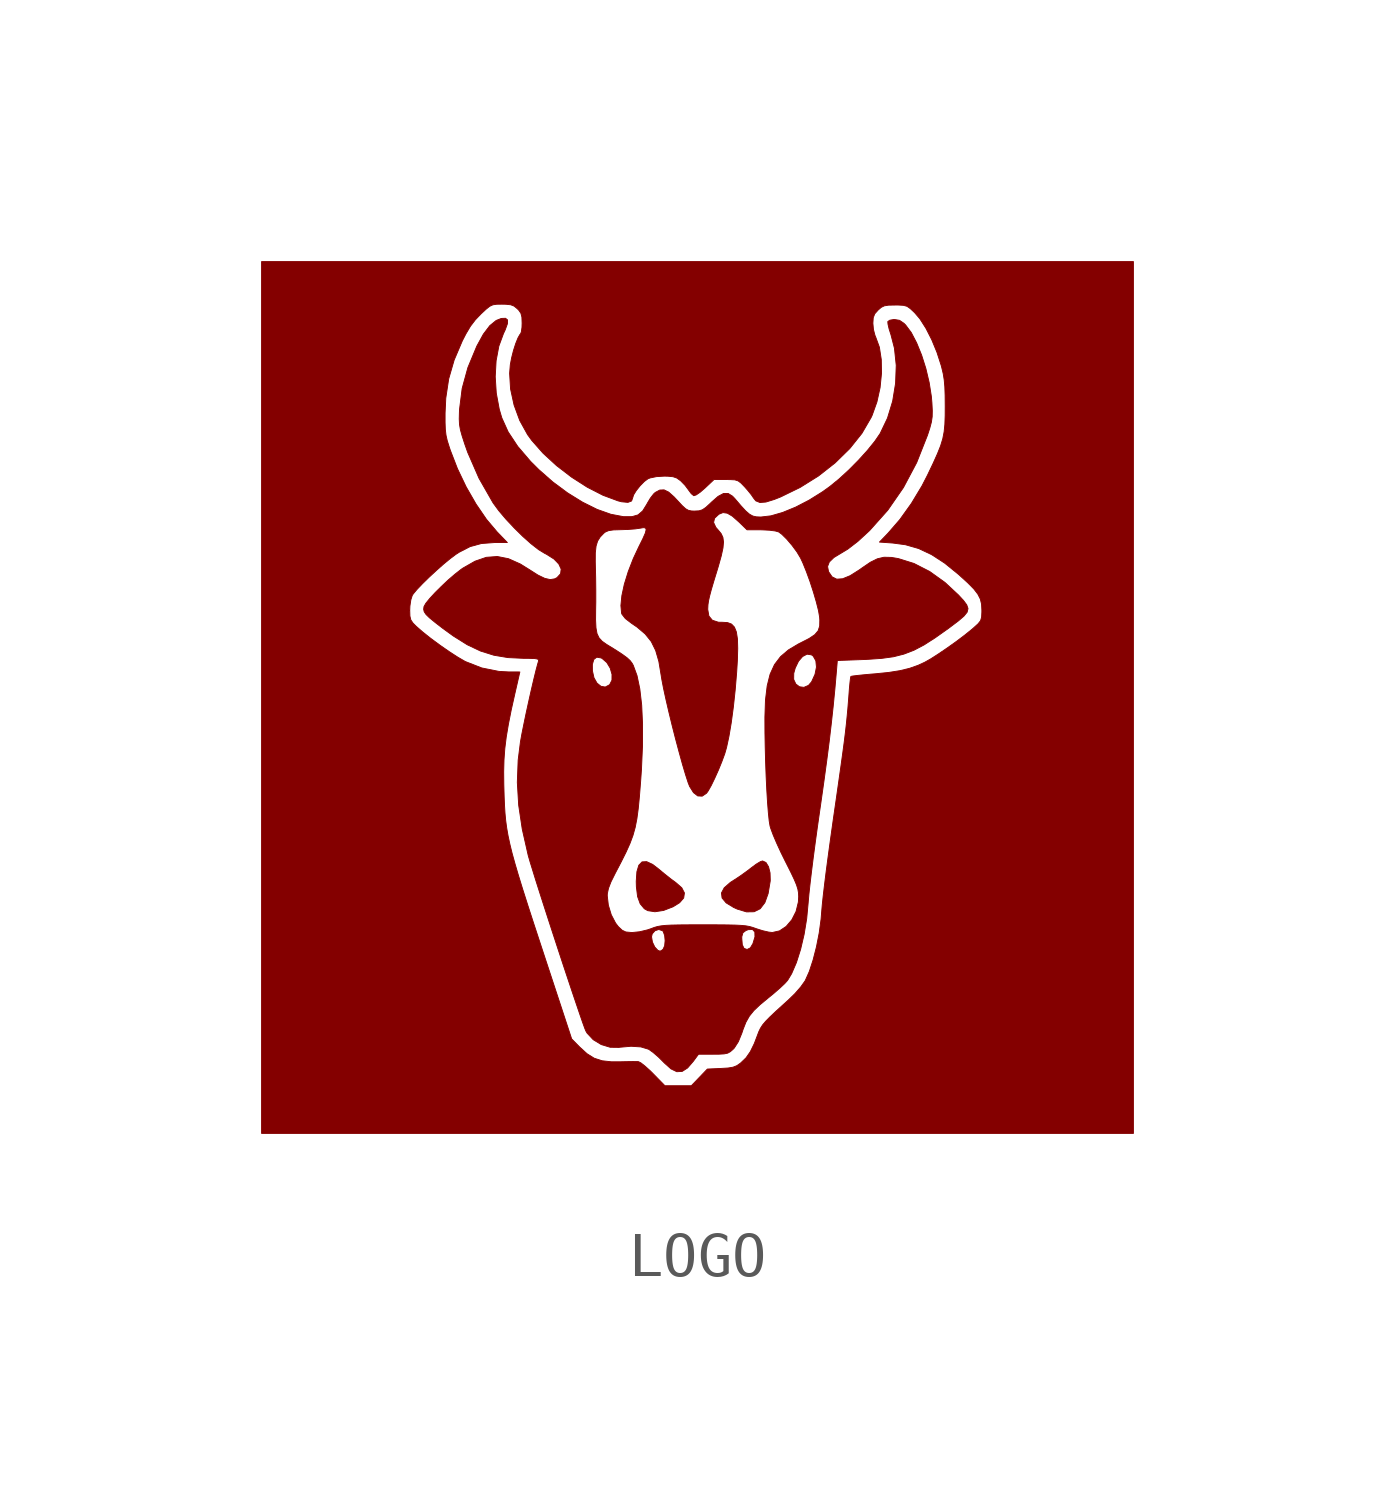
<source format=kicad_sym>
(kicad_symbol_lib
  (version 20210619)
  (generator bitmap2component)
  (symbol "LOGO"
    (pin_names
      (offset 1.016))
    (property "Reference" "#G"
      (at 0 9.369 0)
      (effects (font (size 1.27 1.27)) hide))
    (symbol "LOGO_0_0"
      (polyline (pts (xy 10.004 10.004) (xy -10.004 10.004) (xy -10.004 2.003) (xy -6.604 2.003) (xy -6.6 2.099) (xy -6.579 2.24) (xy -6.547 2.341) (xy -6.523 2.378) (xy -6.439 2.479) (xy -6.314 2.61) (xy -6.162 2.759) (xy -5.996 2.913) (xy -5.83 3.06) (xy -5.676 3.187) (xy -5.548 3.283) (xy -5.471 3.333) (xy -5.218 3.463) (xy -4.958 3.534) (xy -4.662 3.556) (xy -4.364 3.556) (xy -4.601 3.802) (xy -4.844 4.09) (xy -5.083 4.44) (xy -5.309 4.833) (xy -5.509 5.251) (xy -5.674 5.678) (xy -5.699 5.753) (xy -5.744 5.897) (xy -5.772 6.022) (xy -5.787 6.152) (xy -5.793 6.312) (xy -5.793 6.526) (xy -5.777 6.869) (xy -5.71 7.313) (xy -5.585 7.744) (xy -5.397 8.186) (xy -5.314 8.347) (xy -5.21 8.522) (xy -5.101 8.665) (xy -4.97 8.802) (xy -4.853 8.911) (xy -4.769 8.978) (xy -4.696 9.012) (xy -4.611 9.025) (xy -4.489 9.027) (xy -4.399 9.025) (xy -4.286 9.013) (xy -4.208 8.982) (xy -4.135 8.922) (xy -4.103 8.89) (xy -4.053 8.818) (xy -4.03 8.729) (xy -4.025 8.592) (xy -4.028 8.495) (xy -4.042 8.393) (xy -4.061 8.344) (xy -4.075 8.332) (xy -4.12 8.252) (xy -4.172 8.123) (xy -4.223 7.964) (xy -4.266 7.795) (xy -4.296 7.636) (xy -4.312 7.439) (xy -4.29 7.08) (xy -4.21 6.713) (xy -4.079 6.356) (xy -3.9 6.033) (xy -3.801 5.897) (xy -3.543 5.605) (xy -3.234 5.321) (xy -2.89 5.057) (xy -2.53 4.826) (xy -2.169 4.641) (xy -1.825 4.513) (xy -1.742 4.492) (xy -1.597 4.478) (xy -1.513 4.51) (xy -1.485 4.59) (xy -1.467 4.649) (xy -1.405 4.749) (xy -1.317 4.859) (xy -1.221 4.957) (xy -1.136 5.02) (xy -1.087 5.039) (xy -0.943 5.069) (xy -0.767 5.08) (xy -0.684 5.079) (xy -0.562 5.067) (xy -0.475 5.037) (xy -0.394 4.979) (xy -0.383 4.97) (xy -0.284 4.868) (xy -0.207 4.765) (xy -0.205 4.761) (xy -0.143 4.678) (xy -0.087 4.632) (xy -0.086 4.631) (xy -0.03 4.649) (xy 0.062 4.712) (xy 0.172 4.807) (xy 0.379 5.002) (xy 0.653 5.002) (xy 0.745 5.001) (xy 0.857 4.995) (xy 0.933 4.971) (xy 1 4.92) (xy 1.085 4.832) (xy 1.152 4.756) (xy 1.236 4.652) (xy 1.286 4.578) (xy 1.338 4.513) (xy 1.433 4.475) (xy 1.571 4.486) (xy 1.762 4.545) (xy 1.906 4.602) (xy 2.354 4.82) (xy 2.775 5.083) (xy 3.158 5.384) (xy 3.494 5.713) (xy 3.773 6.062) (xy 3.983 6.423) (xy 4.009 6.479) (xy 4.118 6.784) (xy 4.19 7.11) (xy 4.223 7.44) (xy 4.218 7.755) (xy 4.174 8.04) (xy 4.088 8.276) (xy 4.072 8.313) (xy 4.038 8.445) (xy 4.025 8.588) (xy 4.033 8.716) (xy 4.068 8.806) (xy 4.145 8.892) (xy 4.146 8.893) (xy 4.218 8.955) (xy 4.289 8.989) (xy 4.385 9.004) (xy 4.534 9.007) (xy 4.611 9.007) (xy 4.728 9) (xy 4.81 8.977) (xy 4.885 8.924) (xy 4.984 8.831) (xy 5.102 8.693) (xy 5.242 8.474) (xy 5.376 8.211) (xy 5.496 7.92) (xy 5.593 7.62) (xy 5.606 7.57) (xy 5.64 7.428) (xy 5.662 7.288) (xy 5.676 7.131) (xy 5.683 6.935) (xy 5.685 6.682) (xy 5.684 6.468) (xy 5.677 6.268) (xy 5.66 6.097) (xy 5.629 5.938) (xy 5.579 5.775) (xy 5.506 5.592) (xy 5.407 5.372) (xy 5.276 5.098) (xy 5.152 4.857) (xy 4.909 4.454) (xy 4.643 4.083) (xy 4.369 3.767) (xy 4.176 3.567) (xy 4.481 3.545) (xy 4.772 3.506) (xy 5.075 3.419) (xy 5.372 3.279) (xy 5.675 3.082) (xy 5.997 2.82) (xy 6.014 2.804) (xy 6.205 2.63) (xy 6.343 2.49) (xy 6.435 2.37) (xy 6.491 2.259) (xy 6.519 2.143) (xy 6.526 2.009) (xy 6.526 1.96) (xy 6.52 1.843) (xy 6.497 1.764) (xy 6.441 1.693) (xy 6.34 1.601) (xy 6.302 1.568) (xy 6.14 1.437) (xy 5.946 1.29) (xy 5.737 1.141) (xy 5.534 1.003) (xy 5.355 0.888) (xy 5.217 0.81) (xy 5.063 0.739) (xy 4.865 0.669) (xy 4.646 0.616) (xy 4.387 0.575) (xy 4.069 0.543) (xy 4.012 0.539) (xy 3.824 0.522) (xy 3.669 0.506) (xy 3.563 0.493) (xy 3.52 0.484) (xy 3.512 0.45) (xy 3.5 0.351) (xy 3.486 0.206) (xy 3.473 0.029) (xy 3.465 -0.075) (xy 3.451 -0.248) (xy 3.435 -0.42) (xy 3.417 -0.6) (xy 3.395 -0.795) (xy 3.368 -1.015) (xy 3.334 -1.269) (xy 3.293 -1.565) (xy 3.244 -1.912) (xy 3.186 -2.319) (xy 3.117 -2.794) (xy 3.1 -2.916) (xy 3.048 -3.285) (xy 2.999 -3.645) (xy 2.954 -3.984) (xy 2.916 -4.29) (xy 2.885 -4.553) (xy 2.863 -4.762) (xy 2.851 -4.904) (xy 2.836 -5.087) (xy 2.793 -5.404) (xy 2.73 -5.723) (xy 2.653 -6.023) (xy 2.567 -6.286) (xy 2.476 -6.49) (xy 2.467 -6.506) (xy 2.37 -6.642) (xy 2.234 -6.798) (xy 2.077 -6.95) (xy 1.986 -7.032) (xy 1.802 -7.199) (xy 1.665 -7.328) (xy 1.565 -7.43) (xy 1.495 -7.513) (xy 1.446 -7.589) (xy 1.408 -7.667) (xy 1.374 -7.757) (xy 1.304 -7.941) (xy 1.213 -8.127) (xy 1.115 -8.268) (xy 0.997 -8.382) (xy 0.98 -8.396) (xy 0.9 -8.451) (xy 0.816 -8.484) (xy 0.704 -8.503) (xy 0.54 -8.513) (xy 0.226 -8.527) (xy 0.042 -8.719) (xy -0.142 -8.91) (xy -0.748 -8.91) (xy -1.016 -8.636) (xy -1.087 -8.565) (xy -1.204 -8.46) (xy -1.298 -8.386) (xy -1.355 -8.357) (xy -1.382 -8.356) (xy -1.483 -8.355) (xy -1.629 -8.357) (xy -1.799 -8.361) (xy -1.972 -8.361) (xy -2.191 -8.337) (xy -2.372 -8.278) (xy -2.536 -8.175) (xy -2.706 -8.02) (xy -2.888 -7.835) (xy -3.473 -6.057) (xy -3.601 -5.668) (xy -3.759 -5.187) (xy -3.895 -4.767) (xy -4.011 -4.403) (xy -4.108 -4.088) (xy -4.189 -3.813) (xy -4.255 -3.574) (xy -4.307 -3.362) (xy -4.348 -3.171) (xy -4.379 -2.993) (xy -4.402 -2.823) (xy -4.418 -2.652) (xy -4.429 -2.475) (xy -4.437 -2.283) (xy -4.443 -2.071) (xy -4.445 -2.001) (xy -4.448 -1.703) (xy -4.441 -1.432) (xy -4.422 -1.172) (xy -4.389 -0.905) (xy -4.34 -0.614) (xy -4.274 -0.282) (xy -4.187 0.107) (xy -4.077 0.586) (xy -4.334 0.587) (xy -4.557 0.599) (xy -4.951 0.678) (xy -5.325 0.824) (xy -5.342 0.833) (xy -5.502 0.926) (xy -5.7 1.054) (xy -5.914 1.203) (xy -6.125 1.359) (xy -6.312 1.508) (xy -6.457 1.635) (xy -6.528 1.706) (xy -6.579 1.78) (xy -6.6 1.869) (xy -6.604 2.003) (xy -10.004 2.003) (xy -10.004 -10.004) (xy 10.004 -10.004) (xy 10.004 10.004)) (stroke (width 0.01)) (fill (type outline)))
      (polyline (pts (xy -0.351 -8.581) (xy -0.228 -8.502) (xy -0.096 -8.349) (xy 0.023 -8.187) (xy 0.361 -8.187) (xy 0.492 -8.186) (xy 0.613 -8.179) (xy 0.693 -8.162) (xy 0.754 -8.128) (xy 0.817 -8.073) (xy 0.844 -8.045) (xy 0.938 -7.898) (xy 1.018 -7.702) (xy 1.045 -7.62) (xy 1.111 -7.452) (xy 1.189 -7.314) (xy 1.291 -7.187) (xy 1.432 -7.053) (xy 1.624 -6.894) (xy 1.756 -6.786) (xy 1.896 -6.664) (xy 2.006 -6.56) (xy 2.069 -6.489) (xy 2.16 -6.338) (xy 2.27 -6.083) (xy 2.367 -5.777) (xy 2.447 -5.435) (xy 2.506 -5.074) (xy 2.54 -4.709) (xy 2.543 -4.67) (xy 2.558 -4.505) (xy 2.583 -4.277) (xy 2.616 -3.999) (xy 2.656 -3.68) (xy 2.702 -3.333) (xy 2.752 -2.969) (xy 2.805 -2.599) (xy 2.826 -2.455) (xy 2.902 -1.919) (xy 2.967 -1.441) (xy 3.023 -1.006) (xy 3.071 -0.598) (xy 3.114 -0.203) (xy 3.153 0.195) (xy 3.189 0.61) (xy 3.209 0.849) (xy 3.803 0.871) (xy 3.913 0.876) (xy 4.228 0.898) (xy 4.497 0.935) (xy 4.737 0.996) (xy 4.966 1.084) (xy 5.2 1.207) (xy 5.457 1.372) (xy 5.755 1.583) (xy 5.799 1.616) (xy 5.987 1.758) (xy 6.115 1.868) (xy 6.188 1.958) (xy 6.208 2.041) (xy 6.179 2.126) (xy 6.105 2.226) (xy 5.989 2.352) (xy 5.677 2.642) (xy 5.328 2.892) (xy 4.968 3.076) (xy 4.609 3.188) (xy 4.449 3.215) (xy 4.28 3.219) (xy 4.127 3.183) (xy 3.966 3.103) (xy 3.774 2.972) (xy 3.717 2.931) (xy 3.504 2.796) (xy 3.331 2.725) (xy 3.195 2.716) (xy 3.089 2.769) (xy 3.011 2.883) (xy 3.007 2.892) (xy 2.985 3.006) (xy 3.025 3.11) (xy 3.131 3.213) (xy 3.31 3.321) (xy 3.449 3.405) (xy 3.681 3.584) (xy 3.947 3.829) (xy 3.95 3.832) (xy 4.366 4.298) (xy 4.726 4.818) (xy 5.03 5.391) (xy 5.278 6.019) (xy 5.331 6.181) (xy 5.368 6.321) (xy 5.386 6.444) (xy 5.389 6.58) (xy 5.38 6.76) (xy 5.367 6.91) (xy 5.317 7.228) (xy 5.241 7.55) (xy 5.143 7.859) (xy 5.029 8.139) (xy 4.906 8.375) (xy 4.777 8.548) (xy 4.738 8.587) (xy 4.636 8.656) (xy 4.521 8.675) (xy 4.505 8.675) (xy 4.413 8.659) (xy 4.367 8.627) (xy 4.367 8.627) (xy 4.372 8.568) (xy 4.397 8.459) (xy 4.44 8.325) (xy 4.52 8.015) (xy 4.561 7.622) (xy 4.546 7.211) (xy 4.479 6.801) (xy 4.36 6.411) (xy 4.192 6.059) (xy 4.07 5.881) (xy 3.9 5.671) (xy 3.696 5.446) (xy 3.474 5.222) (xy 3.249 5.015) (xy 3.036 4.841) (xy 2.869 4.721) (xy 2.561 4.529) (xy 2.252 4.369) (xy 1.955 4.247) (xy 1.685 4.169) (xy 1.455 4.142) (xy 1.452 4.142) (xy 1.353 4.146) (xy 1.271 4.164) (xy 1.194 4.206) (xy 1.107 4.281) (xy 0.999 4.398) (xy 0.855 4.567) (xy 0.803 4.621) (xy 0.703 4.683) (xy 0.597 4.682) (xy 0.473 4.616) (xy 0.322 4.484) (xy 0.296 4.458) (xy 0.191 4.362) (xy 0.112 4.308) (xy 0.035 4.284) (xy -0.064 4.279) (xy -0.132 4.28) (xy -0.205 4.294) (xy -0.272 4.331) (xy -0.352 4.404) (xy -0.463 4.524) (xy -0.537 4.603) (xy -0.662 4.714) (xy -0.767 4.765) (xy -0.865 4.761) (xy -0.969 4.706) (xy -1.007 4.671) (xy -1.082 4.574) (xy -1.154 4.453) (xy -1.161 4.438) (xy -1.258 4.282) (xy -1.364 4.191) (xy -1.501 4.151) (xy -1.69 4.15) (xy -1.704 4.151) (xy -1.988 4.205) (xy -2.304 4.317) (xy -2.638 4.483) (xy -2.981 4.695) (xy -3.322 4.948) (xy -3.648 5.235) (xy -3.831 5.418) (xy -4.126 5.763) (xy -4.346 6.096) (xy -4.491 6.417) (xy -4.55 6.617) (xy -4.618 6.986) (xy -4.642 7.362) (xy -4.622 7.728) (xy -4.559 8.064) (xy -4.453 8.352) (xy -4.413 8.437) (xy -4.362 8.578) (xy -4.359 8.665) (xy -4.406 8.703) (xy -4.503 8.699) (xy -4.62 8.653) (xy -4.767 8.533) (xy -4.914 8.339) (xy -5.062 8.069) (xy -5.066 8.061) (xy -5.27 7.57) (xy -5.401 7.093) (xy -5.46 6.623) (xy -5.464 6.552) (xy -5.468 6.393) (xy -5.462 6.266) (xy -5.441 6.145) (xy -5.402 6.004) (xy -5.341 5.816) (xy -5.274 5.626) (xy -5.015 5.032) (xy -4.697 4.476) (xy -4.692 4.467) (xy -4.561 4.288) (xy -4.394 4.091) (xy -4.205 3.89) (xy -4.009 3.697) (xy -3.818 3.527) (xy -3.646 3.393) (xy -3.507 3.308) (xy -3.465 3.287) (xy -3.295 3.179) (xy -3.232 3.115) (xy -2.346 3.115) (xy -2.345 3.321) (xy -2.328 3.474) (xy -2.293 3.589) (xy -2.234 3.683) (xy -2.149 3.771) (xy -2.113 3.799) (xy -2.039 3.83) (xy -1.93 3.846) (xy -1.764 3.851) (xy -1.759 3.851) (xy -1.59 3.857) (xy -1.432 3.869) (xy -1.319 3.885) (xy -1.244 3.898) (xy -1.193 3.891) (xy -1.178 3.852) (xy -1.198 3.772) (xy -1.255 3.643) (xy -1.349 3.454) (xy -1.474 3.187) (xy -1.59 2.888) (xy -1.679 2.6) (xy -1.736 2.336) (xy -1.758 2.11) (xy -1.743 1.937) (xy -1.734 1.912) (xy -1.656 1.812) (xy -1.513 1.702) (xy -1.387 1.616) (xy -1.201 1.458) (xy -1.061 1.284) (xy -0.96 1.079) (xy -0.887 0.828) (xy -0.835 0.514) (xy -0.819 0.415) (xy -0.78 0.212) (xy -0.725 -0.041) (xy -0.658 -0.329) (xy -0.583 -0.637) (xy -0.503 -0.951) (xy -0.422 -1.254) (xy -0.345 -1.533) (xy -0.274 -1.772) (xy -0.214 -1.957) (xy -0.18 -2.042) (xy -0.092 -2.183) (xy 0.006 -2.259) (xy 0.108 -2.264) (xy 0.208 -2.196) (xy 0.245 -2.144) (xy 0.314 -2.022) (xy 0.394 -1.857) (xy 0.479 -1.668) (xy 0.558 -1.474) (xy 0.625 -1.292) (xy 0.667 -1.146) (xy 0.722 -0.89) (xy 0.775 -0.577) (xy 0.823 -0.219) (xy 0.865 0.172) (xy 0.899 0.583) (xy 0.915 0.845) (xy 0.923 1.127) (xy 0.917 1.344) (xy 0.892 1.505) (xy 0.847 1.616) (xy 0.781 1.685) (xy 0.69 1.719) (xy 0.573 1.726) (xy 0.478 1.728) (xy 0.341 1.773) (xy 0.261 1.87) (xy 0.235 2.022) (xy 0.236 2.046) (xy 0.24 2.128) (xy 0.253 2.217) (xy 0.277 2.326) (xy 0.315 2.469) (xy 0.371 2.66) (xy 0.448 2.911) (xy 0.48 3.017) (xy 0.546 3.253) (xy 0.585 3.433) (xy 0.597 3.569) (xy 0.583 3.675) (xy 0.542 3.762) (xy 0.475 3.843) (xy 0.421 3.905) (xy 0.369 4.017) (xy 0.392 4.114) (xy 0.49 4.205) (xy 0.491 4.206) (xy 0.585 4.244) (xy 0.684 4.23) (xy 0.801 4.161) (xy 0.949 4.03) (xy 1.136 3.849) (xy 1.457 3.848) (xy 1.495 3.847) (xy 1.654 3.839) (xy 1.784 3.822) (xy 1.862 3.8) (xy 1.933 3.748) (xy 2.047 3.636) (xy 2.169 3.493) (xy 2.282 3.34) (xy 2.366 3.2) (xy 2.417 3.091) (xy 2.498 2.891) (xy 2.582 2.661) (xy 2.66 2.421) (xy 2.727 2.192) (xy 2.777 1.994) (xy 2.802 1.848) (xy 2.807 1.778) (xy 2.804 1.639) (xy 2.769 1.532) (xy 2.692 1.442) (xy 2.563 1.355) (xy 2.37 1.256) (xy 2.318 1.23) (xy 2.088 1.093) (xy 1.906 0.938) (xy 1.767 0.755) (xy 1.666 0.534) (xy 1.636 0.415) (xy 2.207 0.415) (xy 2.209 0.555) (xy 2.243 0.676) (xy 2.318 0.832) (xy 2.412 0.941) (xy 2.514 0.994) (xy 2.615 0.979) (xy 2.656 0.949) (xy 2.716 0.843) (xy 2.73 0.698) (xy 2.697 0.532) (xy 2.619 0.361) (xy 2.547 0.278) (xy 2.443 0.233) (xy 2.341 0.246) (xy 2.257 0.309) (xy 2.207 0.415) (xy 1.636 0.415) (xy 1.599 0.266) (xy 1.56 -0.059) (xy 1.547 -0.449) (xy 1.547 -0.494) (xy 1.548 -0.808) (xy 1.554 -1.14) (xy 1.563 -1.478) (xy 1.575 -1.809) (xy 1.59 -2.122) (xy 1.607 -2.404) (xy 1.626 -2.644) (xy 1.645 -2.83) (xy 1.665 -2.95) (xy 1.683 -3.01) (xy 1.738 -3.158) (xy 1.818 -3.345) (xy 1.915 -3.556) (xy 2.021 -3.771) (xy 2.032 -3.792) (xy 2.142 -4.011) (xy 2.22 -4.175) (xy 2.272 -4.299) (xy 2.303 -4.398) (xy 2.318 -4.484) (xy 2.322 -4.572) (xy 2.315 -4.694) (xy 2.262 -4.91) (xy 2.165 -5.101) (xy 2.035 -5.254) (xy 1.882 -5.356) (xy 1.716 -5.393) (xy 1.635 -5.384) (xy 1.495 -5.352) (xy 1.347 -5.305) (xy 1.342 -5.303) (xy 1.266 -5.276) (xy 1.191 -5.255) (xy 1.107 -5.24) (xy 1.001 -5.23) (xy 0.862 -5.223) (xy 0.679 -5.219) (xy 0.442 -5.217) (xy 0.137 -5.217) (xy 0.11 -5.217) (xy -0.189 -5.217) (xy -0.421 -5.219) (xy -0.6 -5.223) (xy -0.735 -5.23) (xy -0.837 -5.241) (xy -0.919 -5.256) (xy -0.992 -5.277) (xy -1.066 -5.305) (xy -1.144 -5.332) (xy -1.327 -5.376) (xy -1.492 -5.393) (xy -1.53 -5.392) (xy -1.645 -5.381) (xy -1.728 -5.342) (xy -1.815 -5.261) (xy -1.88 -5.177) (xy -1.979 -4.987) (xy -2.046 -4.767) (xy -2.071 -4.55) (xy -2.069 -4.5) (xy -2.043 -4.379) (xy -1.986 -4.231) (xy -1.889 -4.036) (xy -1.752 -3.774) (xy -1.638 -3.546) (xy -1.549 -3.348) (xy -1.481 -3.165) (xy -1.43 -2.982) (xy -1.391 -2.783) (xy -1.36 -2.552) (xy -1.333 -2.275) (xy -1.306 -1.934) (xy -1.286 -1.652) (xy -1.262 -1.103) (xy -1.261 -0.61) (xy -1.281 -0.174) (xy -1.324 0.198) (xy -1.388 0.503) (xy -1.474 0.737) (xy -1.499 0.783) (xy -1.546 0.846) (xy -1.616 0.911) (xy -1.72 0.987) (xy -1.869 1.085) (xy -2.074 1.211) (xy -2.09 1.221) (xy -2.19 1.292) (xy -2.26 1.369) (xy -2.306 1.466) (xy -2.33 1.598) (xy -2.339 1.779) (xy -2.337 2.024) (xy -2.334 2.19) (xy -2.334 2.467) (xy -2.337 2.747) (xy -2.343 2.989) (xy -2.346 3.115) (xy -3.232 3.115) (xy -3.182 3.062) (xy -3.129 2.947) (xy -3.142 2.84) (xy -3.224 2.751) (xy -3.277 2.723) (xy -3.38 2.706) (xy -3.505 2.734) (xy -3.661 2.809) (xy -3.862 2.937) (xy -4.066 3.064) (xy -4.337 3.185) (xy -4.594 3.236) (xy -4.847 3.217) (xy -5.106 3.128) (xy -5.384 2.969) (xy -5.426 2.94) (xy -5.565 2.831) (xy -5.72 2.698) (xy -5.876 2.551) (xy -6.023 2.405) (xy -6.147 2.27) (xy -6.235 2.161) (xy -6.276 2.088) (xy -6.277 2.085) (xy -6.285 2.025) (xy -6.272 1.969) (xy -6.23 1.906) (xy -6.15 1.828) (xy -6.023 1.724) (xy -5.842 1.584) (xy -5.602 1.41) (xy -5.283 1.21) (xy -4.979 1.066) (xy -4.673 0.97) (xy -4.35 0.916) (xy -3.993 0.899) (xy -3.857 0.898) (xy -3.737 0.894) (xy -3.672 0.883) (xy -3.647 0.862) (xy -3.65 0.83) (xy -3.662 0.789) (xy -3.671 0.758) (xy -2.413 0.758) (xy -2.38 0.873) (xy -2.312 0.925) (xy -2.212 0.908) (xy -2.188 0.895) (xy -2.081 0.802) (xy -2.003 0.673) (xy -1.962 0.531) (xy -1.963 0.398) (xy -2.015 0.296) (xy -2.02 0.291) (xy -2.117 0.24) (xy -2.216 0.257) (xy -2.307 0.331) (xy -2.376 0.453) (xy -2.412 0.614) (xy -2.413 0.758) (xy -3.671 0.758) (xy -3.705 0.631) (xy -3.757 0.419) (xy -3.815 0.171) (xy -3.875 -0.096) (xy -3.934 -0.365) (xy -3.987 -0.62) (xy -4.032 -0.843) (xy -4.063 -1.016) (xy -4.116 -1.439) (xy -4.135 -1.949) (xy -4.104 -2.471) (xy -4.022 -3.02) (xy -3.888 -3.611) (xy -3.881 -3.638) (xy -3.843 -3.769) (xy -3.785 -3.957) (xy -3.712 -4.193) (xy -3.624 -4.469) (xy -3.526 -4.775) (xy -3.42 -5.103) (xy -3.309 -5.444) (xy -3.293 -5.492) (xy -1.055 -5.492) (xy -1.039 -5.424) (xy -0.976 -5.353) (xy -0.888 -5.324) (xy -0.802 -5.353) (xy -0.787 -5.37) (xy -0.754 -5.461) (xy -0.748 -5.525) (xy 1.016 -5.525) (xy 1.017 -5.489) (xy 1.042 -5.4) (xy 1.111 -5.348) (xy 1.168 -5.327) (xy 1.264 -5.325) (xy 1.316 -5.382) (xy 1.319 -5.492) (xy 1.272 -5.648) (xy 1.214 -5.745) (xy 1.139 -5.783) (xy 1.137 -5.783) (xy 1.067 -5.757) (xy 1.028 -5.674) (xy 1.016 -5.525) (xy -0.748 -5.525) (xy -0.743 -5.581) (xy -0.754 -5.698) (xy -0.789 -5.776) (xy -0.815 -5.798) (xy -0.858 -5.822) (xy -0.909 -5.803) (xy -0.98 -5.727) (xy -1.034 -5.615) (xy -1.055 -5.492) (xy -3.293 -5.492) (xy -3.196 -5.789) (xy -3.084 -6.13) (xy -2.975 -6.457) (xy -2.873 -6.763) (xy -2.78 -7.038) (xy -2.7 -7.273) (xy -2.635 -7.461) (xy -2.588 -7.591) (xy -2.561 -7.656) (xy -2.532 -7.705) (xy -2.393 -7.853) (xy -2.209 -7.965) (xy -2.004 -8.027) (xy -1.801 -8.03) (xy -1.786 -8.027) (xy -1.524 -8.004) (xy -1.299 -8.019) (xy -1.127 -8.071) (xy -1.117 -8.076) (xy -1.021 -8.144) (xy -0.901 -8.247) (xy -0.78 -8.367) (xy -0.763 -8.385) (xy -0.609 -8.523) (xy -0.475 -8.588) (xy -0.351 -8.581)) (stroke (width 0.01)) (fill (type outline)))
      (polyline (pts (xy -0.779 -4.887) (xy -0.561 -4.803) (xy -0.411 -4.71) (xy -0.317 -4.601) (xy -0.3 -4.486) (xy -0.361 -4.367) (xy -0.501 -4.245) (xy -0.608 -4.167) (xy -0.754 -4.051) (xy -0.894 -3.935) (xy -1.029 -3.831) (xy -1.167 -3.767) (xy -1.273 -3.773) (xy -1.347 -3.85) (xy -1.391 -3.999) (xy -1.406 -4.22) (xy -1.403 -4.342) (xy -1.375 -4.569) (xy -1.315 -4.734) (xy -1.22 -4.848) (xy -1.141 -4.892) (xy -0.977 -4.917) (xy -0.779 -4.887)) (stroke (width 0.01)) (fill (type outline)))
      (polyline (pts (xy 1.299 -4.917) (xy 1.439 -4.848) (xy 1.546 -4.708) (xy 1.621 -4.499) (xy 1.668 -4.218) (xy 1.67 -4.193) (xy 1.665 -4.025) (xy 1.63 -3.884) (xy 1.571 -3.787) (xy 1.493 -3.751) (xy 1.442 -3.768) (xy 1.347 -3.825) (xy 1.237 -3.907) (xy 1.137 -3.984) (xy 0.974 -4.101) (xy 0.818 -4.203) (xy 0.755 -4.243) (xy 0.614 -4.366) (xy 0.55 -4.486) (xy 0.564 -4.602) (xy 0.657 -4.713) (xy 0.827 -4.817) (xy 0.912 -4.856) (xy 1.124 -4.92) (xy 1.299 -4.917)) (stroke (width 0.01)) (fill (type outline))))))
</source>
